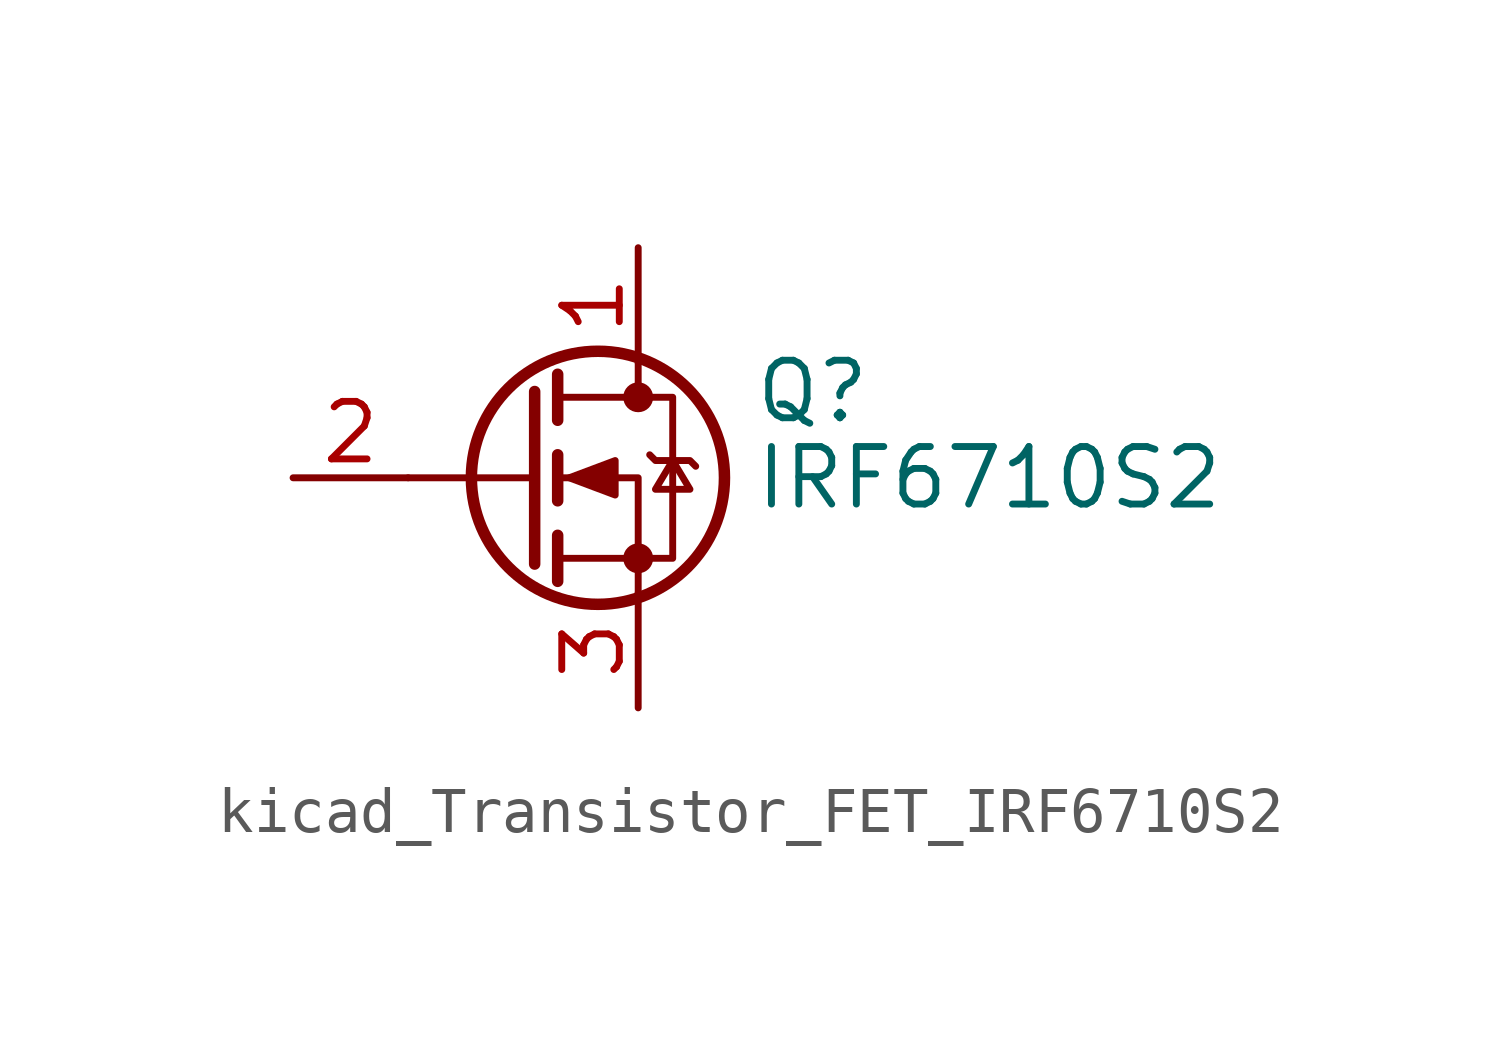
<source format=kicad_sym>
(kicad_symbol_lib
  (version 20220914)
  (generator kicad_symbol_editor)
  (symbol "kicad_Transistor_FET_IRF6710S2"
    (pin_names hide)
    (property "Reference" "Q"
      (at 5.08 1.905 0)
      (effects (font (size 1.27 1.27)) (justify left)))
    (property "Value" "IRF6710S2"
      (at 5.08 0 0)
      (effects (font (size 1.27 1.27)) (justify left)))
    (symbol "kicad_Transistor_FET_IRF6710S2_0_1"
      (polyline (pts (xy 0.254 0) (xy -2.54 0)) (stroke (width 0) (type default)) (fill (type none)))
      (polyline (pts (xy 0.254 1.905) (xy 0.254 -1.905)) (stroke (width 0.254) (type default)) (fill (type none)))
      (polyline (pts (xy 0.762 -1.27) (xy 0.762 -2.286)) (stroke (width 0.254) (type default)) (fill (type none)))
      (polyline (pts (xy 0.762 0.508) (xy 0.762 -0.508)) (stroke (width 0.254) (type default)) (fill (type none)))
      (polyline (pts (xy 0.762 2.286) (xy 0.762 1.27)) (stroke (width 0.254) (type default)) (fill (type none)))
      (polyline (pts (xy 2.54 2.54) (xy 2.54 1.778)) (stroke (width 0) (type default)) (fill (type none)))
      (polyline (pts (xy 2.54 -2.54) (xy 2.54 0) (xy 0.762 0)) (stroke (width 0) (type default)) (fill (type none)))
      (polyline (pts (xy 0.762 -1.778) (xy 3.302 -1.778) (xy 3.302 1.778) (xy 0.762 1.778)) (stroke (width 0) (type default)) (fill (type none)))
      (polyline (pts (xy 1.016 0) (xy 2.032 0.381) (xy 2.032 -0.381) (xy 1.016 0)) (stroke (width 0) (type default)) (fill (type outline)))
      (polyline (pts (xy 2.794 0.508) (xy 2.921 0.381) (xy 3.683 0.381) (xy 3.81 0.254)) (stroke (width 0) (type default)) (fill (type none)))
      (polyline (pts (xy 3.302 0.381) (xy 2.921 -0.254) (xy 3.683 -0.254) (xy 3.302 0.381)) (stroke (width 0) (type default)) (fill (type none)))
      (circle (center 1.651 0) (radius 2.794) (stroke (width 0.254) (type default)) (fill (type none)))
      (circle (center 2.54 -1.778) (radius 0.254) (stroke (width 0) (type default)) (fill (type outline)))
      (circle (center 2.54 1.778) (radius 0.254) (stroke (width 0) (type default)) (fill (type outline))))
    (symbol "kicad_Transistor_FET_IRF6710S2_1_1"
      (pin passive line (at 2.54 5.08 270) (length 2.54) (name "D" (effects (font (size 1.27 1.27)))) (number "1" (effects (font (size 1.27 1.27)))))
      (pin input line (at -5.08 0 0) (length 2.54) (name "G" (effects (font (size 1.27 1.27)))) (number "2" (effects (font (size 1.27 1.27)))))
      (pin passive line (at 2.54 -5.08 90) (length 2.54) (name "S" (effects (font (size 1.27 1.27)))) (number "3" (effects (font (size 1.27 1.27))))))))
</source>
